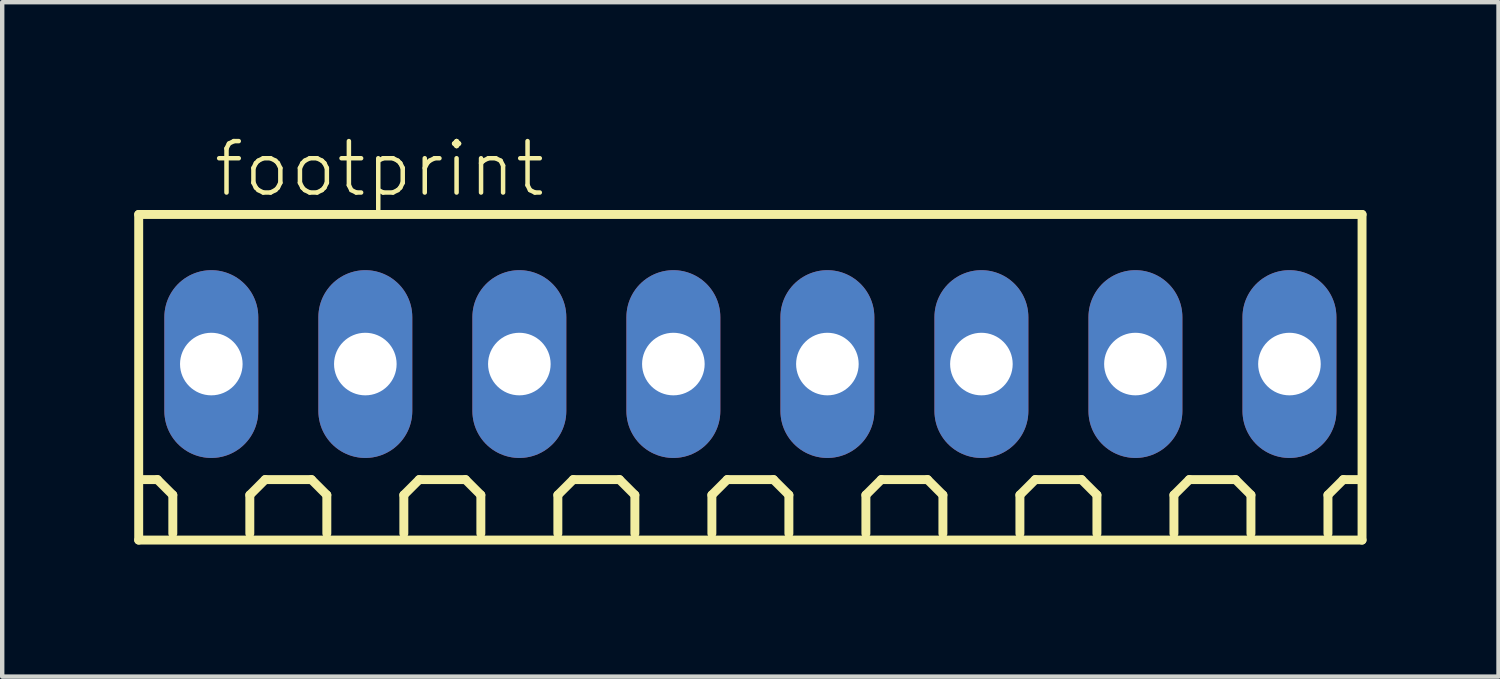
<source format=kicad_pcb>
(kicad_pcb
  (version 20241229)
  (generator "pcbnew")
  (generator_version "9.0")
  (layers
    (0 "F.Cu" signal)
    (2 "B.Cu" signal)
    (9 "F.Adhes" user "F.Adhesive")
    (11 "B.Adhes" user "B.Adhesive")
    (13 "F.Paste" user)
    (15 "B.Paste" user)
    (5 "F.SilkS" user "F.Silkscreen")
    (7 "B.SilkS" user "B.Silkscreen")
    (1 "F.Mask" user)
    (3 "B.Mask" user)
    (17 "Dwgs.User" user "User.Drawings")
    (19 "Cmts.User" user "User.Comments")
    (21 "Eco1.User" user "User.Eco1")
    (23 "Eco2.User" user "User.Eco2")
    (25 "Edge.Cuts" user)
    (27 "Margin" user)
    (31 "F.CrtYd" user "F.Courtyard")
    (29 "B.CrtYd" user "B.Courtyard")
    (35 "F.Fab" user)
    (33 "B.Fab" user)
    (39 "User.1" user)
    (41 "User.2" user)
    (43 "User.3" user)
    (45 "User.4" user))
  (footprint "footprint"
    (layer "F.Cu")
    (at 14.002 5.223)
    (property "Reference" "footprint" (at -12.25 -3.75 0) (layer "F.SilkS") (effects (font (size 1.168 1.168) (thickness 0.102)) (justify left bottom)))
    (fp_line (start -13.9 -3.4) (end 13.9 -3.4) (stroke (width 0.203) (type solid)) (layer "F.SilkS"))
    (fp_line (start -13.9 4) (end -13.9 -3.4) (stroke (width 0.203) (type solid)) (layer "F.SilkS"))
    (fp_line (start -13.475 2.625) (end -13.825 2.625) (stroke (width 0.203) (type solid)) (layer "F.SilkS"))
    (fp_line (start -13.125 2.975) (end -13.475 2.625) (stroke (width 0.203) (type solid)) (layer "F.SilkS"))
    (fp_line (start -13.125 3.85) (end -13.125 2.975) (stroke (width 0.203) (type solid)) (layer "F.SilkS"))
    (fp_line (start -11.375 2.975) (end -11.025 2.625) (stroke (width 0.203) (type solid)) (layer "F.SilkS"))
    (fp_line (start -11.375 3.85) (end -11.375 2.975) (stroke (width 0.203) (type solid)) (layer "F.SilkS"))
    (fp_line (start -11.025 2.625) (end -9.975 2.625) (stroke (width 0.203) (type solid)) (layer "F.SilkS"))
    (fp_line (start -9.975 2.625) (end -9.625 2.975) (stroke (width 0.203) (type solid)) (layer "F.SilkS"))
    (fp_line (start -9.625 2.975) (end -9.625 3.85) (stroke (width 0.203) (type solid)) (layer "F.SilkS"))
    (fp_line (start -7.875 2.975) (end -7.525 2.625) (stroke (width 0.203) (type solid)) (layer "F.SilkS"))
    (fp_line (start -7.875 3.85) (end -7.875 2.975) (stroke (width 0.203) (type solid)) (layer "F.SilkS"))
    (fp_line (start -7.525 2.625) (end -6.475 2.625) (stroke (width 0.203) (type solid)) (layer "F.SilkS"))
    (fp_line (start -6.475 2.625) (end -6.125 2.975) (stroke (width 0.203) (type solid)) (layer "F.SilkS"))
    (fp_line (start -6.125 2.975) (end -6.125 3.85) (stroke (width 0.203) (type solid)) (layer "F.SilkS"))
    (fp_line (start -4.375 2.975) (end -4.025 2.625) (stroke (width 0.203) (type solid)) (layer "F.SilkS"))
    (fp_line (start -4.375 3.85) (end -4.375 2.975) (stroke (width 0.203) (type solid)) (layer "F.SilkS"))
    (fp_line (start -4.025 2.625) (end -2.975 2.625) (stroke (width 0.203) (type solid)) (layer "F.SilkS"))
    (fp_line (start -2.975 2.625) (end -2.625 2.975) (stroke (width 0.203) (type solid)) (layer "F.SilkS"))
    (fp_line (start -2.625 2.975) (end -2.625 3.85) (stroke (width 0.203) (type solid)) (layer "F.SilkS"))
    (fp_line (start -0.875 2.975) (end -0.525 2.625) (stroke (width 0.203) (type solid)) (layer "F.SilkS"))
    (fp_line (start -0.875 3.85) (end -0.875 2.975) (stroke (width 0.203) (type solid)) (layer "F.SilkS"))
    (fp_line (start -0.525 2.625) (end 0.525 2.625) (stroke (width 0.203) (type solid)) (layer "F.SilkS"))
    (fp_line (start 0.525 2.625) (end 0.875 2.975) (stroke (width 0.203) (type solid)) (layer "F.SilkS"))
    (fp_line (start 0.875 2.975) (end 0.875 3.85) (stroke (width 0.203) (type solid)) (layer "F.SilkS"))
    (fp_line (start 2.625 2.975) (end 2.975 2.625) (stroke (width 0.203) (type solid)) (layer "F.SilkS"))
    (fp_line (start 2.625 3.85) (end 2.625 2.975) (stroke (width 0.203) (type solid)) (layer "F.SilkS"))
    (fp_line (start 2.975 2.625) (end 4.025 2.625) (stroke (width 0.203) (type solid)) (layer "F.SilkS"))
    (fp_line (start 4.025 2.625) (end 4.375 2.975) (stroke (width 0.203) (type solid)) (layer "F.SilkS"))
    (fp_line (start 4.375 2.975) (end 4.375 3.85) (stroke (width 0.203) (type solid)) (layer "F.SilkS"))
    (fp_line (start 6.125 2.975) (end 6.475 2.625) (stroke (width 0.203) (type solid)) (layer "F.SilkS"))
    (fp_line (start 6.125 3.85) (end 6.125 2.975) (stroke (width 0.203) (type solid)) (layer "F.SilkS"))
    (fp_line (start 6.475 2.625) (end 7.525 2.625) (stroke (width 0.203) (type solid)) (layer "F.SilkS"))
    (fp_line (start 7.525 2.625) (end 7.875 2.975) (stroke (width 0.203) (type solid)) (layer "F.SilkS"))
    (fp_line (start 7.875 2.975) (end 7.875 3.85) (stroke (width 0.203) (type solid)) (layer "F.SilkS"))
    (fp_line (start 9.625 2.975) (end 9.975 2.625) (stroke (width 0.203) (type solid)) (layer "F.SilkS"))
    (fp_line (start 9.625 3.85) (end 9.625 2.975) (stroke (width 0.203) (type solid)) (layer "F.SilkS"))
    (fp_line (start 9.975 2.625) (end 11.025 2.625) (stroke (width 0.203) (type solid)) (layer "F.SilkS"))
    (fp_line (start 11.025 2.625) (end 11.375 2.975) (stroke (width 0.203) (type solid)) (layer "F.SilkS"))
    (fp_line (start 11.375 2.975) (end 11.375 3.85) (stroke (width 0.203) (type solid)) (layer "F.SilkS"))
    (fp_line (start 13.125 2.975) (end 13.475 2.625) (stroke (width 0.203) (type solid)) (layer "F.SilkS"))
    (fp_line (start 13.125 3.85) (end 13.125 2.975) (stroke (width 0.203) (type solid)) (layer "F.SilkS"))
    (fp_line (start 13.825 2.625) (end 13.475 2.625) (stroke (width 0.203) (type solid)) (layer "F.SilkS"))
    (fp_line (start 13.9 -3.4) (end 13.9 4) (stroke (width 0.203) (type solid)) (layer "F.SilkS"))
    (fp_line (start 13.9 4) (end -13.9 4) (stroke (width 0.203) (type solid)) (layer "F.SilkS"))
    (pad "1" thru_hole oval (at -12.25 0 90) (size 4.267 2.134) (drill 1.422) (layers "*.Cu" "*.Mask"))
    (pad "2" thru_hole oval (at -8.75 0 90) (size 4.267 2.134) (drill 1.422) (layers "*.Cu" "*.Mask"))
    (pad "3" thru_hole oval (at -5.25 0 90) (size 4.267 2.134) (drill 1.422) (layers "*.Cu" "*.Mask"))
    (pad "4" thru_hole oval (at -1.75 0 90) (size 4.267 2.134) (drill 1.422) (layers "*.Cu" "*.Mask"))
    (pad "5" thru_hole oval (at 1.75 0 90) (size 4.267 2.134) (drill 1.422) (layers "*.Cu" "*.Mask"))
    (pad "6" thru_hole oval (at 5.25 0 90) (size 4.267 2.134) (drill 1.422) (layers "*.Cu" "*.Mask"))
    (pad "7" thru_hole oval (at 8.75 0 90) (size 4.267 2.134) (drill 1.422) (layers "*.Cu" "*.Mask"))
    (pad "8" thru_hole oval (at 12.25 0 90) (size 4.267 2.134) (drill 1.422) (layers "*.Cu" "*.Mask")))
  (gr_rect
    (start -3 -3)
    (end 31.003 12.325)
    (stroke (width 0.1) (type default))
    (fill no)
    (layer "Edge.Cuts")))
</source>
